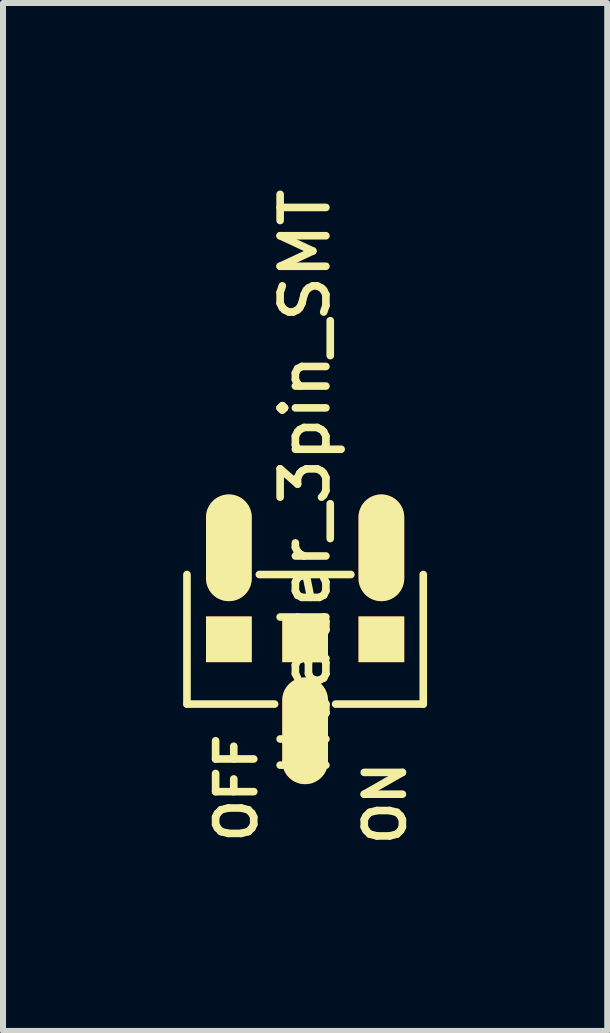
<source format=kicad_pcb>
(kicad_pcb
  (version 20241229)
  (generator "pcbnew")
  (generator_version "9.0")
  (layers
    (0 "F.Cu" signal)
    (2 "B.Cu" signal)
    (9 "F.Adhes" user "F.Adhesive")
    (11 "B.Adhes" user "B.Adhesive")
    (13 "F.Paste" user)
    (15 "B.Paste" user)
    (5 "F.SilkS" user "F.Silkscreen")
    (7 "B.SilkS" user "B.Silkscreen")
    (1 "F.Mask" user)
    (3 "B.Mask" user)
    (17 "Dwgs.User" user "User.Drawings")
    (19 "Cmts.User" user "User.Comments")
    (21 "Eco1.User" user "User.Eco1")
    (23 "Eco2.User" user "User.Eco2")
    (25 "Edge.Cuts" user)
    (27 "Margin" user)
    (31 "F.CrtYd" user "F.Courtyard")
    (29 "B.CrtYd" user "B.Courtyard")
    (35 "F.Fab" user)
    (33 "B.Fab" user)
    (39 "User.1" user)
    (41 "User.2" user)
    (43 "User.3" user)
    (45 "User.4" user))
  (footprint "Header_3pin_SMT"
    (layer "F.Cu")
    (at 2.032 7.598)
    (property "Reference" "Header_3pin_SMT" (at 0 -2.603 90) (layer "F.SilkS") (effects (font (size 0.762 0.762) (thickness 0.127))))
    (attr smd)
    (fp_line (start -1.968 1.079) (end -1.968 -1.079) (stroke (width 0.127) (type solid)) (layer "F.SilkS"))
    (fp_line (start -1.968 1.079) (end -0.508 1.079) (stroke (width 0.127) (type solid)) (layer "F.SilkS"))
    (fp_line (start 0.508 1.079) (end 1.968 1.079) (stroke (width 0.127) (type solid)) (layer "F.SilkS"))
    (fp_line (start 0.762 -1.079) (end -0.762 -1.079) (stroke (width 0.127) (type solid)) (layer "F.SilkS"))
    (fp_line (start 1.968 1.079) (end 1.968 -1.079) (stroke (width 0.127) (type solid)) (layer "F.SilkS"))
    (fp_text user "ON" (at 1.333 2.731 90) (layer "F.SilkS") (effects (font (size 0.635 0.635) (thickness 0.127))))
    (fp_text user "OFF" (at -1.143 2.477 90) (layer "F.SilkS") (effects (font (size 0.635 0.635) (thickness 0.127))))
    (pad "1" smd oval (at 1.27 -1.524) (size 0.762 1.778) (layers "F.Cu" "F.Mask" "F.SilkS" "F.Paste"))
    (pad "1" smd rect (at 1.27 0) (size 0.762 0.762) (layers "F.Cu" "F.Mask" "F.SilkS" "F.Paste"))
    (pad "2" smd rect (at 0 0) (size 0.762 0.762) (layers "F.Cu" "F.Mask" "F.SilkS" "F.Paste"))
    (pad "2" smd oval (at 0 1.524) (size 0.762 1.778) (layers "F.Cu" "F.Mask" "F.SilkS" "F.Paste"))
    (pad "3" smd oval (at -1.27 -1.524) (size 0.762 1.778) (layers "F.Cu" "F.Mask" "F.SilkS" "F.Paste"))
    (pad "3" smd rect (at -1.27 0) (size 0.762 0.762) (layers "F.Cu" "F.Mask" "F.SilkS" "F.Paste")))
  (gr_rect
    (start -3 -3)
    (end 7.064 14.121)
    (stroke (width 0.1) (type default))
    (fill no)
    (layer "Edge.Cuts")))
</source>
